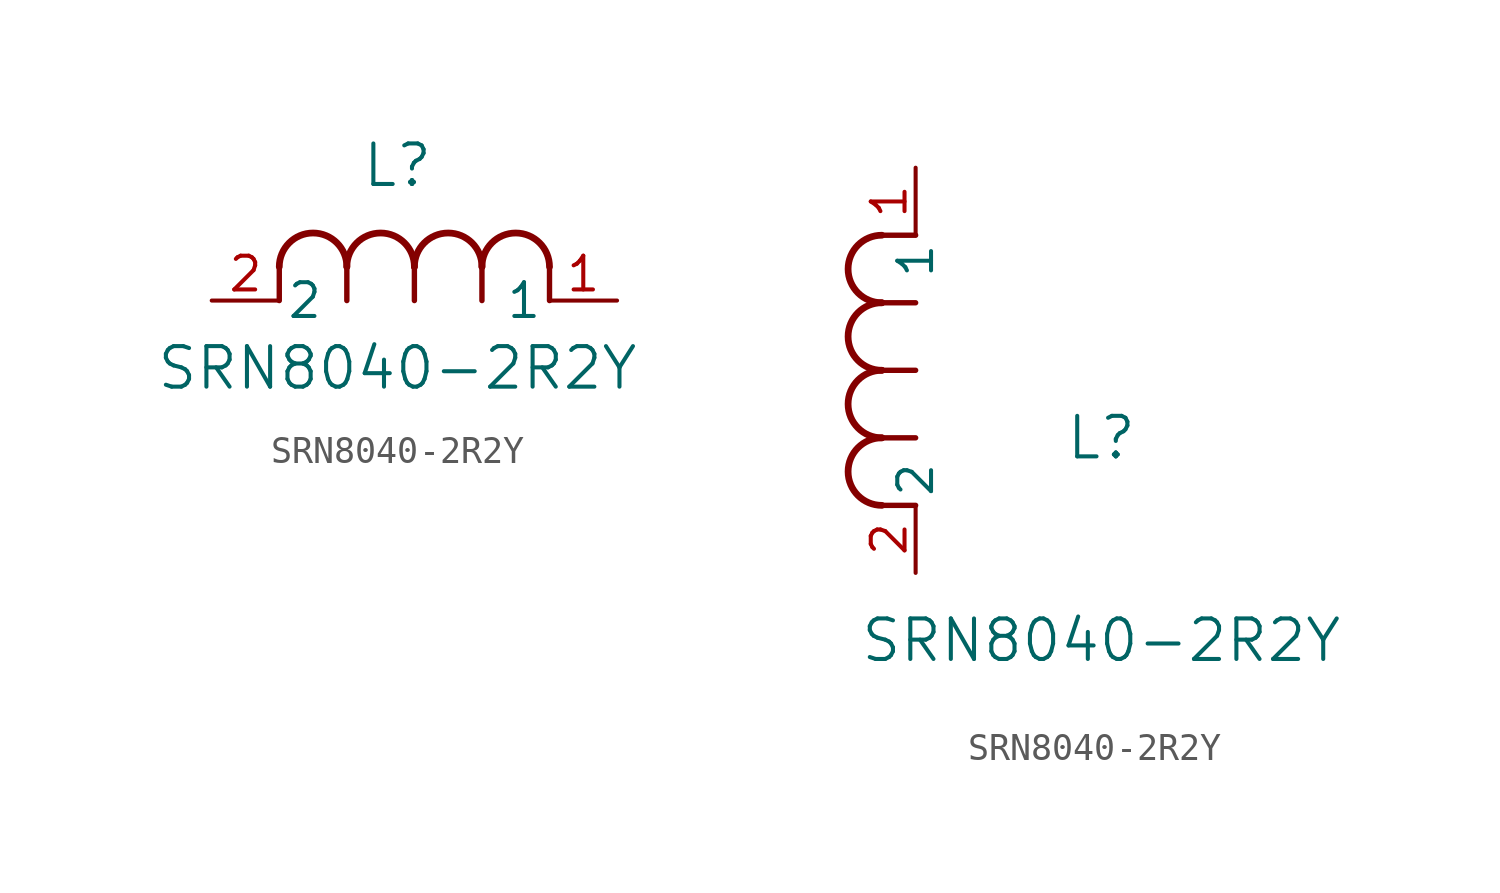
<source format=kicad_sym>
(kicad_symbol_lib
  (version 20211014)
  (generator kicad_symbol_editor)
  (symbol "SRN8040-2R2Y"
    (pin_names
      (offset 0.254))
    (property "Reference" "L"
      (at 6.985 5.08 0)
      (effects (font (size 1.524 1.524))))
    (property "Value" "SRN8040-2R2Y"
      (at 6.985 -2.54 0)
      (effects (font (size 1.524 1.524))))
    (symbol "SRN8040-2R2Y_1_1"
      (arc (start 7.62 1.27) (mid 6.35 2.54) (end 5.08 1.27) (stroke (width 0.254) (type default) (color 0 0 0 0)) (fill (type none)))
      (polyline (pts (xy 5.08 0) (xy 5.08 1.27)) (stroke (width 0.203) (type default) (color 0 0 0 0)) (fill (type none)))
      (polyline (pts (xy 7.62 0) (xy 7.62 1.27)) (stroke (width 0.203) (type default) (color 0 0 0 0)) (fill (type none)))
      (polyline (pts (xy 12.7 0) (xy 12.7 1.27)) (stroke (width 0.203) (type default) (color 0 0 0 0)) (fill (type none)))
      (arc (start 5.08 1.27) (mid 3.81 2.54) (end 2.54 1.27) (stroke (width 0.254) (type default) (color 0 0 0 0)) (fill (type none)))
      (arc (start 10.16 1.27) (mid 8.89 2.54) (end 7.62 1.27) (stroke (width 0.254) (type default) (color 0 0 0 0)) (fill (type none)))
      (arc (start 12.7 1.27) (mid 11.43 2.54) (end 10.16 1.27) (stroke (width 0.254) (type default) (color 0 0 0 0)) (fill (type none)))
      (polyline (pts (xy 2.54 0) (xy 2.54 1.27)) (stroke (width 0.203) (type default) (color 0 0 0 0)) (fill (type none)))
      (polyline (pts (xy 10.16 0) (xy 10.16 1.27)) (stroke (width 0.203) (type default) (color 0 0 0 0)) (fill (type none)))
      (pin unspecified line (at 0 0 0) (length 2.54) (name "2" (effects (font (size 1.27 1.27)))) (number "2" (effects (font (size 1.27 1.27)))))
      (pin unspecified line (at 15.24 0 180) (length 2.54) (name "1" (effects (font (size 1.27 1.27)))) (number "1" (effects (font (size 1.27 1.27))))))
    (symbol "SRN8040-2R2Y_1_2"
      (arc (start -1.27 7.62) (mid -2.54 6.35) (end -1.27 5.08) (stroke (width 0.254) (type default) (color 0 0 0 0)) (fill (type none)))
      (arc (start -1.27 5.08) (mid -2.54 3.81) (end -1.27 2.54) (stroke (width 0.254) (type default) (color 0 0 0 0)) (fill (type none)))
      (arc (start -1.27 12.7) (mid -2.54 11.43) (end -1.27 10.16) (stroke (width 0.254) (type default) (color 0 0 0 0)) (fill (type none)))
      (arc (start -1.27 10.16) (mid -2.54 8.89) (end -1.27 7.62) (stroke (width 0.254) (type default) (color 0 0 0 0)) (fill (type none)))
      (polyline (pts (xy 0 7.62) (xy -1.27 7.62)) (stroke (width 0.203) (type default) (color 0 0 0 0)) (fill (type none)))
      (polyline (pts (xy 0 5.08) (xy -1.27 5.08)) (stroke (width 0.203) (type default) (color 0 0 0 0)) (fill (type none)))
      (polyline (pts (xy 0 12.7) (xy -1.27 12.7)) (stroke (width 0.203) (type default) (color 0 0 0 0)) (fill (type none)))
      (polyline (pts (xy 0 2.54) (xy -1.27 2.54)) (stroke (width 0.203) (type default) (color 0 0 0 0)) (fill (type none)))
      (polyline (pts (xy 0 10.16) (xy -1.27 10.16)) (stroke (width 0.203) (type default) (color 0 0 0 0)) (fill (type none)))
      (pin unspecified line (at 0 0 90) (length 2.54) (name "2" (effects (font (size 1.27 1.27)))) (number "2" (effects (font (size 1.27 1.27)))))
      (pin unspecified line (at 0 15.24 270) (length 2.54) (name "1" (effects (font (size 1.27 1.27)))) (number "1" (effects (font (size 1.27 1.27))))))))
</source>
